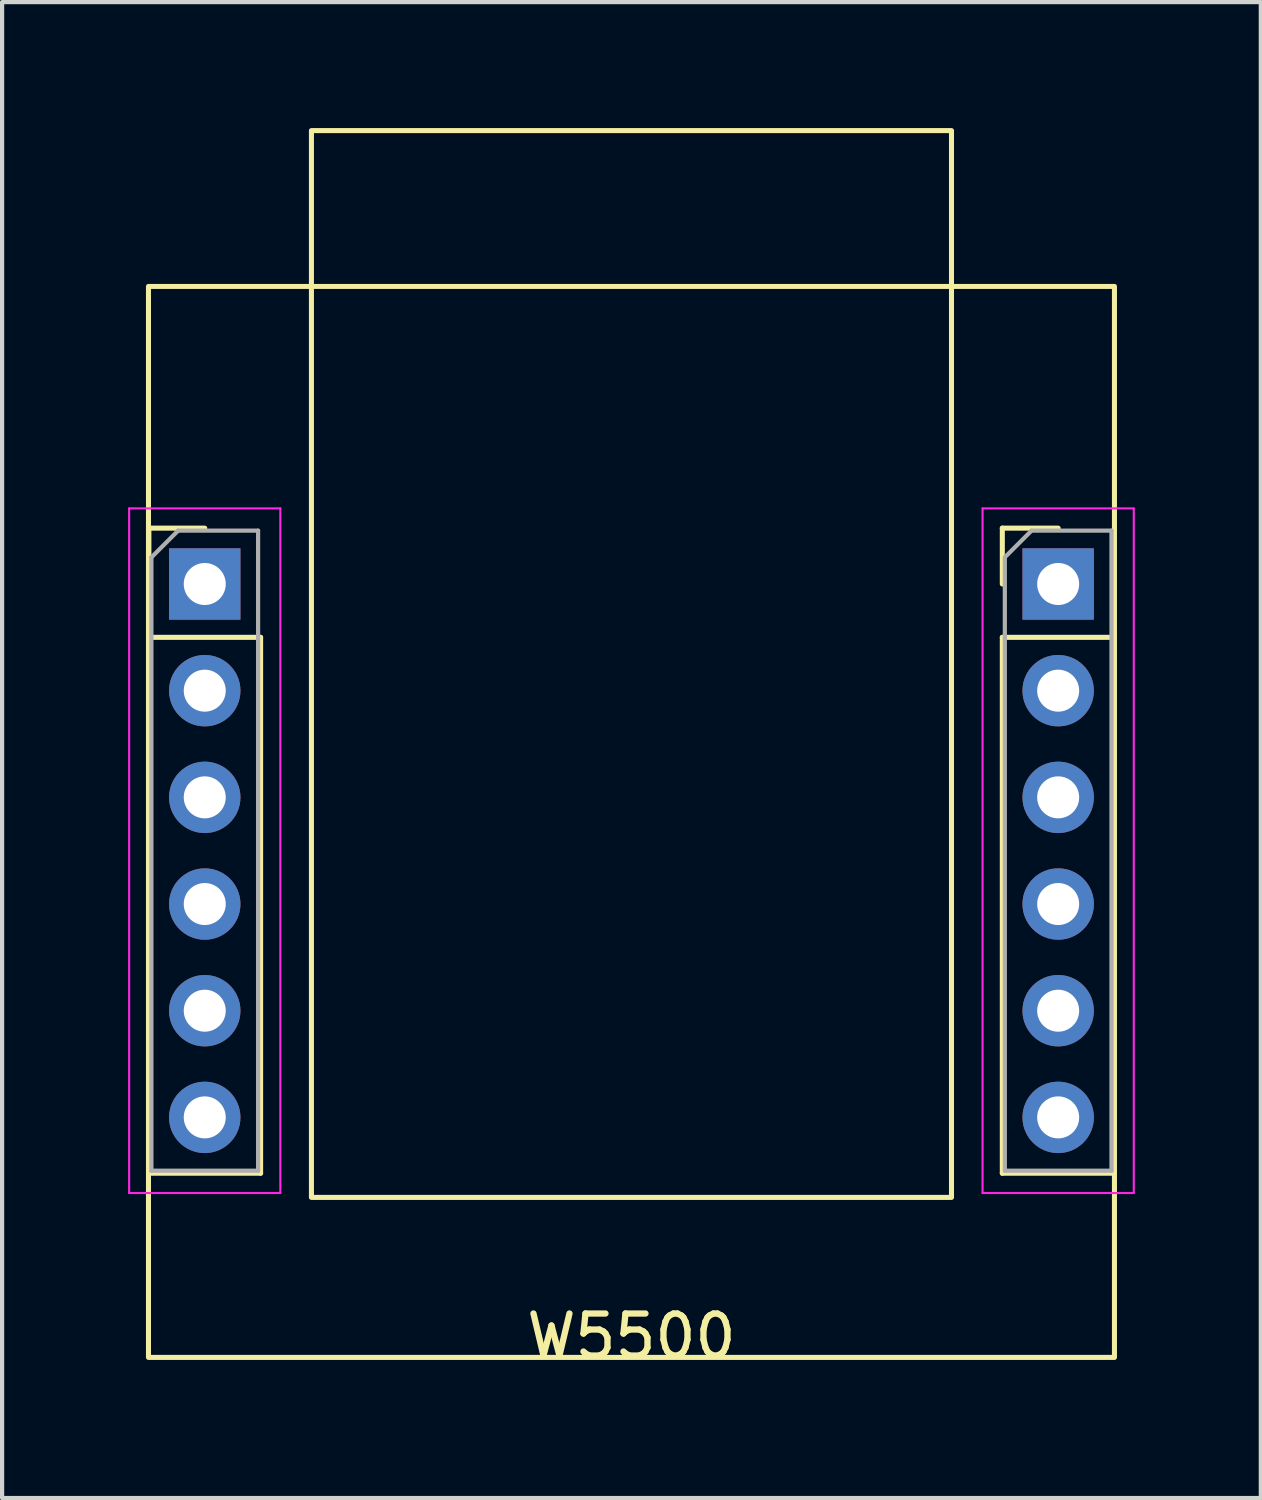
<source format=kicad_pcb>
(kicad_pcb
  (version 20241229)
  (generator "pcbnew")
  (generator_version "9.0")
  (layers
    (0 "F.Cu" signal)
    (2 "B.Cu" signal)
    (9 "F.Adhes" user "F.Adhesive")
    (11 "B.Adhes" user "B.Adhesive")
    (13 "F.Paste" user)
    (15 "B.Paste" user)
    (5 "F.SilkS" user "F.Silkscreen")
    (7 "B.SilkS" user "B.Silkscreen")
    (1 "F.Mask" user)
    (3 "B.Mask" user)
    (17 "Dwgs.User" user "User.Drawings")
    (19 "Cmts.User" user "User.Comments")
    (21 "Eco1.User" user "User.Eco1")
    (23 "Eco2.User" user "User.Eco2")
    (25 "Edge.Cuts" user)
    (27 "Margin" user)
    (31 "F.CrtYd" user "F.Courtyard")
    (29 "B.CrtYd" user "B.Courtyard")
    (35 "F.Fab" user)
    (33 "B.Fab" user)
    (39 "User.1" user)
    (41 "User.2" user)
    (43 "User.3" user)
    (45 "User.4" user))
  (footprint "W5500"
    (layer "F.Cu")
    (at 11.985 29.27)
    (property "Reference" "W5500" (at 0 -0.5 0) (unlocked yes) (layer "F.SilkS") (effects (font (size 1 1) (thickness 0.15))))
    (attr through_hole)
    (fp_line (start -11.49 -19.745) (end -10.16 -19.745) (stroke (width 0.12) (type solid)) (layer "F.SilkS"))
    (fp_line (start -11.49 -18.415) (end -11.49 -19.745) (stroke (width 0.12) (type solid)) (layer "F.SilkS"))
    (fp_line (start -11.49 -17.145) (end -11.49 -4.385) (stroke (width 0.12) (type solid)) (layer "F.SilkS"))
    (fp_line (start -11.49 -17.145) (end -8.83 -17.145) (stroke (width 0.12) (type solid)) (layer "F.SilkS"))
    (fp_line (start -11.49 -4.385) (end -8.83 -4.385) (stroke (width 0.12) (type solid)) (layer "F.SilkS"))
    (fp_line (start -8.83 -17.145) (end -8.83 -4.385) (stroke (width 0.12) (type solid)) (layer "F.SilkS"))
    (fp_line (start 8.83 -19.745) (end 10.16 -19.745) (stroke (width 0.12) (type solid)) (layer "F.SilkS"))
    (fp_line (start 8.83 -18.415) (end 8.83 -19.745) (stroke (width 0.12) (type solid)) (layer "F.SilkS"))
    (fp_line (start 8.83 -17.145) (end 8.83 -4.385) (stroke (width 0.12) (type solid)) (layer "F.SilkS"))
    (fp_line (start 8.83 -17.145) (end 11.49 -17.145) (stroke (width 0.12) (type solid)) (layer "F.SilkS"))
    (fp_line (start 8.83 -4.385) (end 11.49 -4.385) (stroke (width 0.12) (type solid)) (layer "F.SilkS"))
    (fp_line (start 11.49 -17.145) (end 11.49 -4.385) (stroke (width 0.12) (type solid)) (layer "F.SilkS"))
    (fp_rect (start -7.62 -29.21) (end 7.62 -3.81) (stroke (width 0.12) (type solid)) (fill no) (layer "F.SilkS"))
    (fp_rect (start 11.5 -25.5) (end -11.5 0) (stroke (width 0.12) (type solid)) (fill no) (layer "F.SilkS"))
    (fp_line (start -11.96 -20.215) (end -11.96 -3.915) (stroke (width 0.05) (type solid)) (layer "F.CrtYd"))
    (fp_line (start -11.96 -3.915) (end -8.36 -3.915) (stroke (width 0.05) (type solid)) (layer "F.CrtYd"))
    (fp_line (start -8.36 -20.215) (end -11.96 -20.215) (stroke (width 0.05) (type solid)) (layer "F.CrtYd"))
    (fp_line (start -8.36 -3.915) (end -8.36 -20.215) (stroke (width 0.05) (type solid)) (layer "F.CrtYd"))
    (fp_line (start 8.36 -20.215) (end 8.36 -3.915) (stroke (width 0.05) (type solid)) (layer "F.CrtYd"))
    (fp_line (start 8.36 -3.915) (end 11.96 -3.915) (stroke (width 0.05) (type solid)) (layer "F.CrtYd"))
    (fp_line (start 11.96 -20.215) (end 8.36 -20.215) (stroke (width 0.05) (type solid)) (layer "F.CrtYd"))
    (fp_line (start 11.96 -3.915) (end 11.96 -20.215) (stroke (width 0.05) (type solid)) (layer "F.CrtYd"))
    (fp_line (start -11.43 -19.05) (end -10.795 -19.685) (stroke (width 0.1) (type solid)) (layer "F.Fab"))
    (fp_line (start -11.43 -4.445) (end -11.43 -19.05) (stroke (width 0.1) (type solid)) (layer "F.Fab"))
    (fp_line (start -10.795 -19.685) (end -8.89 -19.685) (stroke (width 0.1) (type solid)) (layer "F.Fab"))
    (fp_line (start -8.89 -19.685) (end -8.89 -4.445) (stroke (width 0.1) (type solid)) (layer "F.Fab"))
    (fp_line (start -8.89 -4.445) (end -11.43 -4.445) (stroke (width 0.1) (type solid)) (layer "F.Fab"))
    (fp_line (start 8.89 -19.05) (end 9.525 -19.685) (stroke (width 0.1) (type solid)) (layer "F.Fab"))
    (fp_line (start 8.89 -4.445) (end 8.89 -19.05) (stroke (width 0.1) (type solid)) (layer "F.Fab"))
    (fp_line (start 9.525 -19.685) (end 11.43 -19.685) (stroke (width 0.1) (type solid)) (layer "F.Fab"))
    (fp_line (start 11.43 -19.685) (end 11.43 -4.445) (stroke (width 0.1) (type solid)) (layer "F.Fab"))
    (fp_line (start 11.43 -4.445) (end 8.89 -4.445) (stroke (width 0.1) (type solid)) (layer "F.Fab"))
    (pad "1" thru_hole rect (at -10.16 -18.415) (size 1.7 1.7) (drill 1) (layers "*.Cu" "*.Mask"))
    (pad "2" thru_hole oval (at -10.16 -15.875) (size 1.7 1.7) (drill 1) (layers "*.Cu" "*.Mask"))
    (pad "3" thru_hole oval (at -10.16 -13.335) (size 1.7 1.7) (drill 1) (layers "*.Cu" "*.Mask"))
    (pad "4" thru_hole oval (at -10.16 -10.795) (size 1.7 1.7) (drill 1) (layers "*.Cu" "*.Mask"))
    (pad "5" thru_hole oval (at -10.16 -8.255) (size 1.7 1.7) (drill 1) (layers "*.Cu" "*.Mask"))
    (pad "6" thru_hole oval (at -10.16 -5.715) (size 1.7 1.7) (drill 1) (layers "*.Cu" "*.Mask"))
    (pad "7" thru_hole oval (at 10.16 -5.715) (size 1.7 1.7) (drill 1) (layers "*.Cu" "*.Mask"))
    (pad "8" thru_hole oval (at 10.16 -8.255) (size 1.7 1.7) (drill 1) (layers "*.Cu" "*.Mask"))
    (pad "9" thru_hole oval (at 10.16 -10.795) (size 1.7 1.7) (drill 1) (layers "*.Cu" "*.Mask"))
    (pad "10" thru_hole oval (at 10.16 -13.335) (size 1.7 1.7) (drill 1) (layers "*.Cu" "*.Mask"))
    (pad "11" thru_hole oval (at 10.16 -15.875) (size 1.7 1.7) (drill 1) (layers "*.Cu" "*.Mask"))
    (pad "12" thru_hole rect (at 10.16 -18.415) (size 1.7 1.7) (drill 1) (layers "*.Cu" "*.Mask")))
  (gr_rect
    (start -3 -3)
    (end 26.97 32.618)
    (stroke (width 0.1) (type default))
    (fill no)
    (layer "Edge.Cuts")))
</source>
